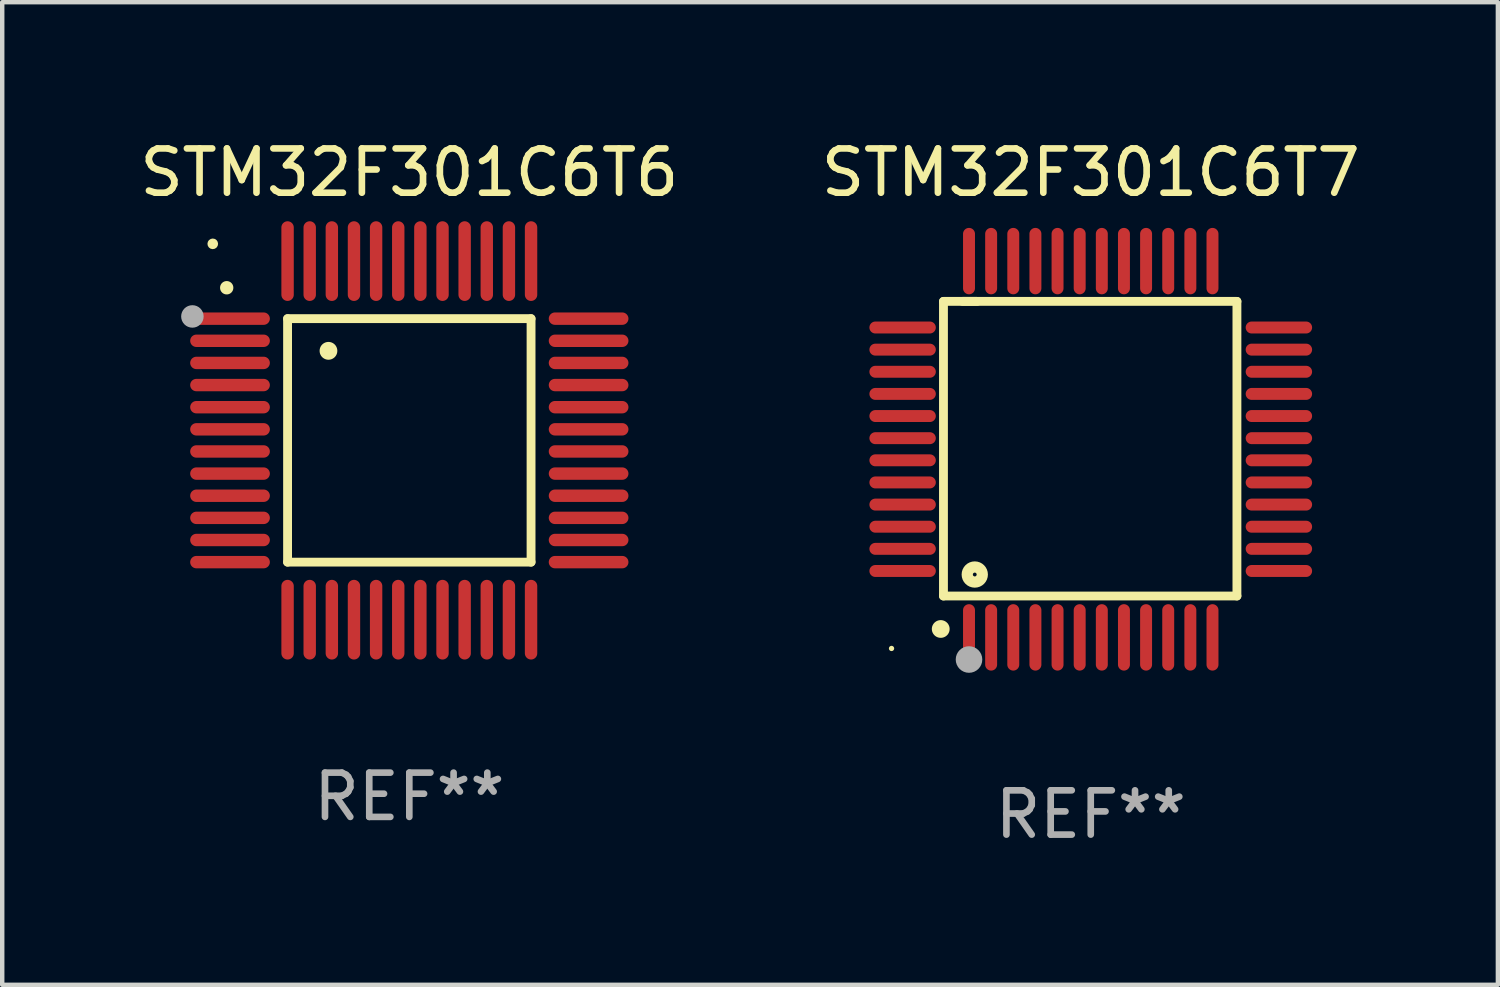
<source format=kicad_pcb>
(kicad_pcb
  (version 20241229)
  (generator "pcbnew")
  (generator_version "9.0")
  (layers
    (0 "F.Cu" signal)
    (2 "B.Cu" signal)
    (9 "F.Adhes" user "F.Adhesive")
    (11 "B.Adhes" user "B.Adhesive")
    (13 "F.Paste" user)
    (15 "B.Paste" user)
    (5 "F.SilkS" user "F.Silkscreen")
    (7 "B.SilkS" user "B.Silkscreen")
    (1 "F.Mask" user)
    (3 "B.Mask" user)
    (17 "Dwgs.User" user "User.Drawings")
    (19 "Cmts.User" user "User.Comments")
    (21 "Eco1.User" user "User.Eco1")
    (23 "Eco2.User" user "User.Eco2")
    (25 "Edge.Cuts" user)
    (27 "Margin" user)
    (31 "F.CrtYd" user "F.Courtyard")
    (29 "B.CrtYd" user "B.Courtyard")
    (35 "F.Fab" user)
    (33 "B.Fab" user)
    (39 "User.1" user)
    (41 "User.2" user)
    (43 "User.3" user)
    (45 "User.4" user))
  (footprint "STM32F301C6T6"
    (layer "F.Cu")
    (at 6.196 6.898)
    (property "Reference" "STM32F301C6T6" (at 0 -6.05 0) (layer "F.SilkS") (effects (font (size 1 1) (thickness 0.15))))
    (attr through_hole)
    (fp_line (start -2.75 -2.75) (end 2.75 -2.75) (stroke (width 0.2) (type solid)) (layer "F.SilkS"))
    (fp_line (start -2.75 2.75) (end -2.75 -2.75) (stroke (width 0.2) (type solid)) (layer "F.SilkS"))
    (fp_line (start 2.75 -2.75) (end 2.75 2.75) (stroke (width 0.2) (type solid)) (layer "F.SilkS"))
    (fp_line (start 2.75 2.75) (end -2.75 2.75) (stroke (width 0.2) (type solid)) (layer "F.SilkS"))
    (fp_arc (start -4.124968 -3.446787) (mid -4.124973 -3.448057) (end -4.124968 -3.449327) (stroke (width 0.3) (type solid)) (layer "F.SilkS"))
    (fp_arc (start -1.826264 -2.021844) (mid -1.826268 -2.023114) (end -1.826264 -2.024384) (stroke (width 0.4) (type solid)) (layer "F.SilkS"))
    (fp_circle (center -4.44 -4.44) (end -4.38 -4.44) (stroke (width 0.12) (type solid)) (fill no) (layer "F.SilkS"))
    (fp_circle (center -4.9 -2.8) (end -4.773 -2.8) (stroke (width 0.254) (type solid)) (fill no) (layer "F.Fab"))
    (fp_text user "REF**" (at 0 8.05 0) (layer "F.Fab") (effects (font (size 1 1) (thickness 0.15))))
    (pad "1" smd oval (at -4.05 -2.75 90) (size 0.28 1.8) (layers "F.Cu" "F.Mask" "F.Paste"))
    (pad "2" smd oval (at -4.05 -2.25 90) (size 0.28 1.8) (layers "F.Cu" "F.Mask" "F.Paste"))
    (pad "3" smd oval (at -4.05 -1.75 90) (size 0.28 1.8) (layers "F.Cu" "F.Mask" "F.Paste"))
    (pad "4" smd oval (at -4.05 -1.25 90) (size 0.28 1.8) (layers "F.Cu" "F.Mask" "F.Paste"))
    (pad "5" smd oval (at -4.05 -0.75 90) (size 0.28 1.8) (layers "F.Cu" "F.Mask" "F.Paste"))
    (pad "6" smd oval (at -4.05 -0.25 90) (size 0.28 1.8) (layers "F.Cu" "F.Mask" "F.Paste"))
    (pad "7" smd oval (at -4.05 0.25 90) (size 0.28 1.8) (layers "F.Cu" "F.Mask" "F.Paste"))
    (pad "8" smd oval (at -4.05 0.75 90) (size 0.28 1.8) (layers "F.Cu" "F.Mask" "F.Paste"))
    (pad "9" smd oval (at -4.05 1.25 90) (size 0.28 1.8) (layers "F.Cu" "F.Mask" "F.Paste"))
    (pad "10" smd oval (at -4.05 1.75 90) (size 0.28 1.8) (layers "F.Cu" "F.Mask" "F.Paste"))
    (pad "11" smd oval (at -4.05 2.25 90) (size 0.28 1.8) (layers "F.Cu" "F.Mask" "F.Paste"))
    (pad "12" smd oval (at -4.05 2.75 90) (size 0.28 1.8) (layers "F.Cu" "F.Mask" "F.Paste"))
    (pad "13" smd oval (at -2.75 4.05) (size 0.28 1.8) (layers "F.Cu" "F.Mask" "F.Paste"))
    (pad "14" smd oval (at -2.25 4.05) (size 0.28 1.8) (layers "F.Cu" "F.Mask" "F.Paste"))
    (pad "15" smd oval (at -1.75 4.05) (size 0.28 1.8) (layers "F.Cu" "F.Mask" "F.Paste"))
    (pad "16" smd oval (at -1.25 4.05) (size 0.28 1.8) (layers "F.Cu" "F.Mask" "F.Paste"))
    (pad "17" smd oval (at -0.75 4.05) (size 0.28 1.8) (layers "F.Cu" "F.Mask" "F.Paste"))
    (pad "18" smd oval (at -0.25 4.05) (size 0.28 1.8) (layers "F.Cu" "F.Mask" "F.Paste"))
    (pad "19" smd oval (at 0.25 4.05) (size 0.28 1.8) (layers "F.Cu" "F.Mask" "F.Paste"))
    (pad "20" smd oval (at 0.75 4.05) (size 0.28 1.8) (layers "F.Cu" "F.Mask" "F.Paste"))
    (pad "21" smd oval (at 1.25 4.05) (size 0.28 1.8) (layers "F.Cu" "F.Mask" "F.Paste"))
    (pad "22" smd oval (at 1.75 4.05) (size 0.28 1.8) (layers "F.Cu" "F.Mask" "F.Paste"))
    (pad "23" smd oval (at 2.25 4.05) (size 0.28 1.8) (layers "F.Cu" "F.Mask" "F.Paste"))
    (pad "24" smd oval (at 2.75 4.05) (size 0.28 1.8) (layers "F.Cu" "F.Mask" "F.Paste"))
    (pad "25" smd oval (at 4.05 2.75 90) (size 0.28 1.8) (layers "F.Cu" "F.Mask" "F.Paste"))
    (pad "26" smd oval (at 4.05 2.25 90) (size 0.28 1.8) (layers "F.Cu" "F.Mask" "F.Paste"))
    (pad "27" smd oval (at 4.05 1.75 90) (size 0.28 1.8) (layers "F.Cu" "F.Mask" "F.Paste"))
    (pad "28" smd oval (at 4.05 1.25 90) (size 0.28 1.8) (layers "F.Cu" "F.Mask" "F.Paste"))
    (pad "29" smd oval (at 4.05 0.75 90) (size 0.28 1.8) (layers "F.Cu" "F.Mask" "F.Paste"))
    (pad "30" smd oval (at 4.05 0.25 90) (size 0.28 1.8) (layers "F.Cu" "F.Mask" "F.Paste"))
    (pad "31" smd oval (at 4.05 -0.25 90) (size 0.28 1.8) (layers "F.Cu" "F.Mask" "F.Paste"))
    (pad "32" smd oval (at 4.05 -0.75 90) (size 0.28 1.8) (layers "F.Cu" "F.Mask" "F.Paste"))
    (pad "33" smd oval (at 4.05 -1.25 90) (size 0.28 1.8) (layers "F.Cu" "F.Mask" "F.Paste"))
    (pad "34" smd oval (at 4.05 -1.75 90) (size 0.28 1.8) (layers "F.Cu" "F.Mask" "F.Paste"))
    (pad "35" smd oval (at 4.05 -2.25 90) (size 0.28 1.8) (layers "F.Cu" "F.Mask" "F.Paste"))
    (pad "36" smd oval (at 4.05 -2.75 90) (size 0.28 1.8) (layers "F.Cu" "F.Mask" "F.Paste"))
    (pad "37" smd oval (at 2.75 -4.05) (size 0.28 1.8) (layers "F.Cu" "F.Mask" "F.Paste"))
    (pad "38" smd oval (at 2.25 -4.05) (size 0.28 1.8) (layers "F.Cu" "F.Mask" "F.Paste"))
    (pad "39" smd oval (at 1.75 -4.05) (size 0.28 1.8) (layers "F.Cu" "F.Mask" "F.Paste"))
    (pad "40" smd oval (at 1.25 -4.05) (size 0.28 1.8) (layers "F.Cu" "F.Mask" "F.Paste"))
    (pad "41" smd oval (at 0.75 -4.05) (size 0.28 1.8) (layers "F.Cu" "F.Mask" "F.Paste"))
    (pad "42" smd oval (at 0.25 -4.05) (size 0.28 1.8) (layers "F.Cu" "F.Mask" "F.Paste"))
    (pad "43" smd oval (at -0.25 -4.05) (size 0.28 1.8) (layers "F.Cu" "F.Mask" "F.Paste"))
    (pad "44" smd oval (at -0.75 -4.05) (size 0.28 1.8) (layers "F.Cu" "F.Mask" "F.Paste"))
    (pad "45" smd oval (at -1.25 -4.05) (size 0.28 1.8) (layers "F.Cu" "F.Mask" "F.Paste"))
    (pad "46" smd oval (at -1.75 -4.05) (size 0.28 1.8) (layers "F.Cu" "F.Mask" "F.Paste"))
    (pad "47" smd oval (at -2.25 -4.05) (size 0.28 1.8) (layers "F.Cu" "F.Mask" "F.Paste"))
    (pad "48" smd oval (at -2.75 -4.05) (size 0.28 1.8) (layers "F.Cu" "F.Mask" "F.Paste")))
  (footprint "STM32F301C6T7"
    (layer "F.Cu")
    (at 21.589 7.098)
    (property "Reference" "STM32F301C6T7" (at 0 -6.25 0) (layer "F.SilkS") (effects (font (size 1 1) (thickness 0.15))))
    (attr through_hole)
    (fp_line (start -3.327 -3.34) (end -2.565 -3.34) (stroke (width 0.2) (type solid)) (layer "F.SilkS"))
    (fp_line (start -3.327 3.315) (end -3.327 -3.34) (stroke (width 0.2) (type solid)) (layer "F.SilkS"))
    (fp_line (start -2.896 -3.34) (end 3.302 -3.34) (stroke (width 0.2) (type solid)) (layer "F.SilkS"))
    (fp_line (start 3.302 -3.34) (end 3.302 3.315) (stroke (width 0.2) (type solid)) (layer "F.SilkS"))
    (fp_line (start 3.302 3.315) (end -3.327 3.315) (stroke (width 0.2) (type solid)) (layer "F.SilkS"))
    (fp_arc (start -3.389992 4.059995) (mid -3.388722 4.059991) (end -3.387452 4.059995) (stroke (width 0.4) (type solid)) (layer "F.SilkS"))
    (fp_circle (center -4.5 4.5) (end -4.47 4.5) (stroke (width 0.06) (type solid)) (fill no) (layer "F.SilkS"))
    (fp_circle (center -2.62 2.83) (end -2.45 2.83) (stroke (width 0.254) (type solid)) (fill no) (layer "F.SilkS"))
    (fp_circle (center -2.75 4.75) (end -2.6 4.75) (stroke (width 0.3) (type solid)) (fill no) (layer "F.Fab"))
    (fp_text user "REF**" (at 0 8.25 0) (layer "F.Fab") (effects (font (size 1 1) (thickness 0.15))))
    (pad "1" smd oval (at -2.75 4.25) (size 0.27 1.5) (layers "F.Cu" "F.Mask" "F.Paste"))
    (pad "2" smd oval (at -2.25 4.25) (size 0.27 1.5) (layers "F.Cu" "F.Mask" "F.Paste"))
    (pad "3" smd oval (at -1.75 4.25) (size 0.27 1.5) (layers "F.Cu" "F.Mask" "F.Paste"))
    (pad "4" smd oval (at -1.25 4.25) (size 0.27 1.5) (layers "F.Cu" "F.Mask" "F.Paste"))
    (pad "5" smd oval (at -0.75 4.25) (size 0.27 1.5) (layers "F.Cu" "F.Mask" "F.Paste"))
    (pad "6" smd oval (at -0.25 4.25) (size 0.27 1.5) (layers "F.Cu" "F.Mask" "F.Paste"))
    (pad "7" smd oval (at 0.25 4.25) (size 0.27 1.5) (layers "F.Cu" "F.Mask" "F.Paste"))
    (pad "8" smd oval (at 0.75 4.25) (size 0.27 1.5) (layers "F.Cu" "F.Mask" "F.Paste"))
    (pad "9" smd oval (at 1.25 4.25) (size 0.27 1.5) (layers "F.Cu" "F.Mask" "F.Paste"))
    (pad "10" smd oval (at 1.75 4.25) (size 0.27 1.5) (layers "F.Cu" "F.Mask" "F.Paste"))
    (pad "11" smd oval (at 2.25 4.25) (size 0.27 1.5) (layers "F.Cu" "F.Mask" "F.Paste"))
    (pad "12" smd oval (at 2.75 4.25) (size 0.27 1.5) (layers "F.Cu" "F.Mask" "F.Paste"))
    (pad "13" smd oval (at 4.25 2.75) (size 1.5 0.27) (layers "F.Cu" "F.Mask" "F.Paste"))
    (pad "14" smd oval (at 4.25 2.25) (size 1.5 0.27) (layers "F.Cu" "F.Mask" "F.Paste"))
    (pad "15" smd oval (at 4.25 1.75) (size 1.5 0.27) (layers "F.Cu" "F.Mask" "F.Paste"))
    (pad "16" smd oval (at 4.25 1.25) (size 1.5 0.27) (layers "F.Cu" "F.Mask" "F.Paste"))
    (pad "17" smd oval (at 4.25 0.75) (size 1.5 0.27) (layers "F.Cu" "F.Mask" "F.Paste"))
    (pad "18" smd oval (at 4.25 0.25) (size 1.5 0.27) (layers "F.Cu" "F.Mask" "F.Paste"))
    (pad "19" smd oval (at 4.25 -0.25) (size 1.5 0.27) (layers "F.Cu" "F.Mask" "F.Paste"))
    (pad "20" smd oval (at 4.25 -0.75) (size 1.5 0.27) (layers "F.Cu" "F.Mask" "F.Paste"))
    (pad "21" smd oval (at 4.25 -1.25) (size 1.5 0.27) (layers "F.Cu" "F.Mask" "F.Paste"))
    (pad "22" smd oval (at 4.25 -1.75) (size 1.5 0.27) (layers "F.Cu" "F.Mask" "F.Paste"))
    (pad "23" smd oval (at 4.25 -2.25) (size 1.5 0.27) (layers "F.Cu" "F.Mask" "F.Paste"))
    (pad "24" smd oval (at 4.25 -2.75) (size 1.5 0.27) (layers "F.Cu" "F.Mask" "F.Paste"))
    (pad "25" smd oval (at 2.75 -4.25) (size 0.27 1.5) (layers "F.Cu" "F.Mask" "F.Paste"))
    (pad "26" smd oval (at 2.25 -4.25) (size 0.27 1.5) (layers "F.Cu" "F.Mask" "F.Paste"))
    (pad "27" smd oval (at 1.75 -4.25) (size 0.27 1.5) (layers "F.Cu" "F.Mask" "F.Paste"))
    (pad "28" smd oval (at 1.25 -4.25) (size 0.27 1.5) (layers "F.Cu" "F.Mask" "F.Paste"))
    (pad "29" smd oval (at 0.75 -4.25) (size 0.27 1.5) (layers "F.Cu" "F.Mask" "F.Paste"))
    (pad "30" smd oval (at 0.25 -4.25) (size 0.27 1.5) (layers "F.Cu" "F.Mask" "F.Paste"))
    (pad "31" smd oval (at -0.25 -4.25) (size 0.27 1.5) (layers "F.Cu" "F.Mask" "F.Paste"))
    (pad "32" smd oval (at -0.75 -4.25) (size 0.27 1.5) (layers "F.Cu" "F.Mask" "F.Paste"))
    (pad "33" smd oval (at -1.25 -4.25) (size 0.27 1.5) (layers "F.Cu" "F.Mask" "F.Paste"))
    (pad "34" smd oval (at -1.75 -4.25) (size 0.27 1.5) (layers "F.Cu" "F.Mask" "F.Paste"))
    (pad "35" smd oval (at -2.25 -4.25) (size 0.27 1.5) (layers "F.Cu" "F.Mask" "F.Paste"))
    (pad "36" smd oval (at -2.75 -4.25) (size 0.27 1.5) (layers "F.Cu" "F.Mask" "F.Paste"))
    (pad "37" smd oval (at -4.25 -2.75) (size 1.5 0.27) (layers "F.Cu" "F.Mask" "F.Paste"))
    (pad "38" smd oval (at -4.25 -2.25) (size 1.5 0.27) (layers "F.Cu" "F.Mask" "F.Paste"))
    (pad "39" smd oval (at -4.25 -1.75) (size 1.5 0.27) (layers "F.Cu" "F.Mask" "F.Paste"))
    (pad "40" smd oval (at -4.25 -1.25) (size 1.5 0.27) (layers "F.Cu" "F.Mask" "F.Paste"))
    (pad "41" smd oval (at -4.25 -0.75) (size 1.5 0.27) (layers "F.Cu" "F.Mask" "F.Paste"))
    (pad "42" smd oval (at -4.25 -0.25) (size 1.5 0.27) (layers "F.Cu" "F.Mask" "F.Paste"))
    (pad "43" smd oval (at -4.25 0.25) (size 1.5 0.27) (layers "F.Cu" "F.Mask" "F.Paste"))
    (pad "44" smd oval (at -4.25 0.75) (size 1.5 0.27) (layers "F.Cu" "F.Mask" "F.Paste"))
    (pad "45" smd oval (at -4.25 1.25) (size 1.5 0.27) (layers "F.Cu" "F.Mask" "F.Paste"))
    (pad "46" smd oval (at -4.25 1.75) (size 1.5 0.27) (layers "F.Cu" "F.Mask" "F.Paste"))
    (pad "47" smd oval (at -4.25 2.25) (size 1.5 0.27) (layers "F.Cu" "F.Mask" "F.Paste"))
    (pad "48" smd oval (at -4.25 2.75) (size 1.5 0.27) (layers "F.Cu" "F.Mask" "F.Paste")))
  (gr_rect
    (start -3 -3)
    (end 30.786 19.196)
    (stroke (width 0.1) (type default))
    (fill no)
    (layer "Edge.Cuts")))
</source>
